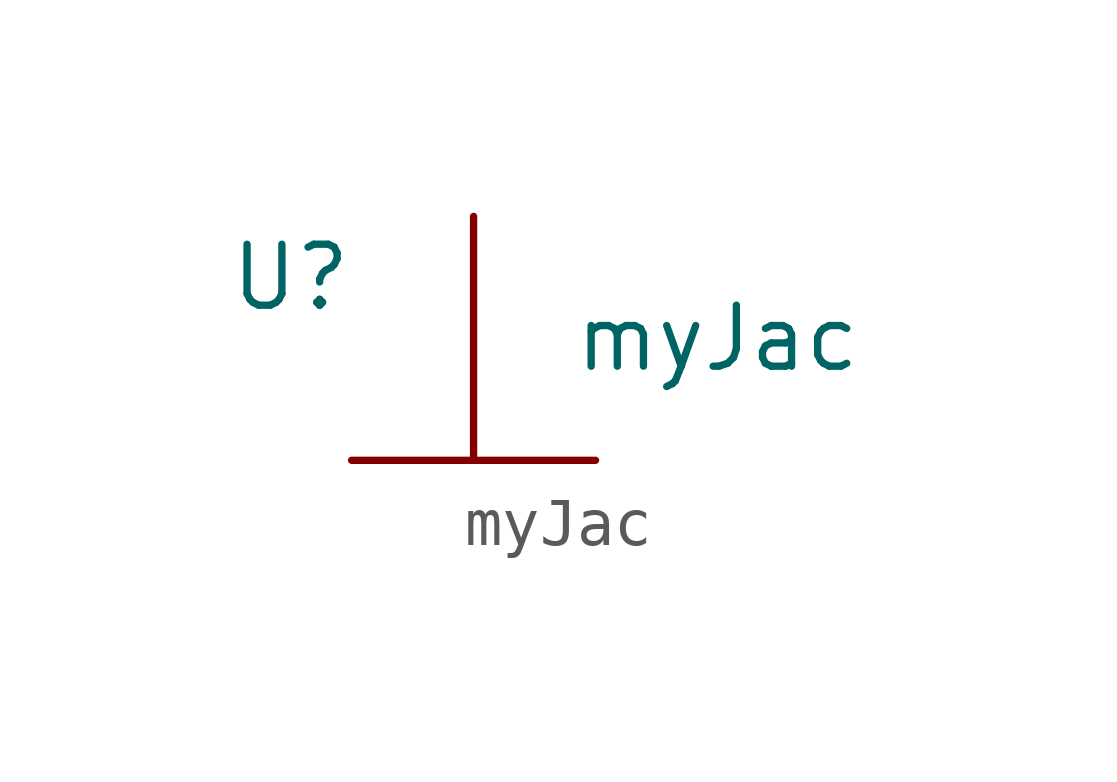
<source format=kicad_sym>
(kicad_symbol_lib
  (version 20211014)
  (generator kicad_symbol_editor)
  (symbol "myJac"
    (property "Reference" "U"
      (at -3.81 2.54 0)
      (effects (font (size 1.27 1.27))))
    (property "Value" "myJac"
      (at 5.08 1.27 0)
      (effects (font (size 1.27 1.27))))
    (symbol "myJac_0_1"
      (polyline (pts (xy 0 -1.27) (xy 0 3.81) (xy 0 2.54)) (stroke (width 0) (type default) (color 0 0 0 0)) (fill (type none)))
      (polyline (pts (xy -2.54 -1.27) (xy 2.54 -1.27) (xy -2.54 -1.27) (xy 0 -1.27)) (stroke (width 0) (type default) (color 0 0 0 0)) (fill (type none))))))
</source>
